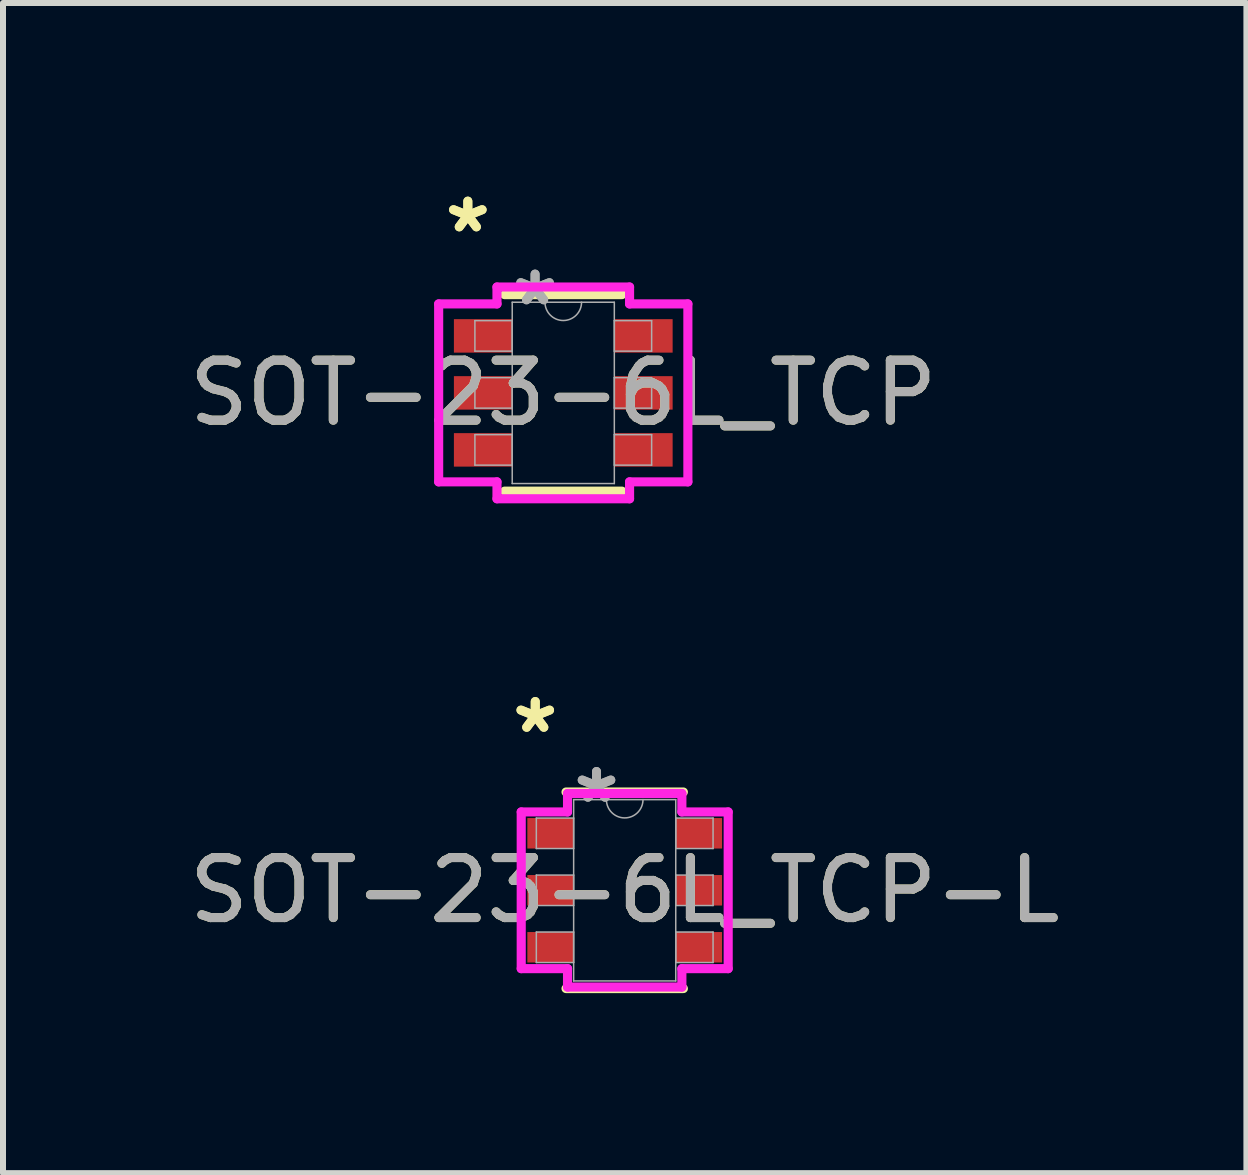
<source format=kicad_pcb>
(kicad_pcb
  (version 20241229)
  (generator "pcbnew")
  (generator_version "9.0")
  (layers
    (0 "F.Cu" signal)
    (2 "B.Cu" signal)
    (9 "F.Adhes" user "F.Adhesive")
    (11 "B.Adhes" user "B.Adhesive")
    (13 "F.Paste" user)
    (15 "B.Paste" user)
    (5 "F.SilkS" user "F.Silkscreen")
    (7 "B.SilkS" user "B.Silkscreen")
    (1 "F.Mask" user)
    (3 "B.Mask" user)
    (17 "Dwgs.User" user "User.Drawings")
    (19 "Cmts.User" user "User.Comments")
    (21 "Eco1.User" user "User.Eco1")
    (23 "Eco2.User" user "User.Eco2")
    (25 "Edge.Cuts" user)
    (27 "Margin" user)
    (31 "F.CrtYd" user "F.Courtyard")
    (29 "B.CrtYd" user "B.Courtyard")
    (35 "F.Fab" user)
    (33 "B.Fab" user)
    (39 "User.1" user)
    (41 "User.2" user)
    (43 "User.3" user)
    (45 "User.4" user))
  (footprint "SOT-23-6L_TCP"
    (layer "F.Cu")
    (at 6.339 3.499)
    (property "Reference" "SOT-23-6L_TCP" (at 0 0 0) (unlocked yes) (layer "F.SilkS") (effects (font (size 1 1) (thickness 0.15))))
    (attr smd)
    (fp_line (start -0.978 1.638) (end 0.978 1.638) (stroke (width 0.152) (type solid)) (layer "F.SilkS"))
    (fp_line (start 0.978 -1.638) (end -0.978 -1.638) (stroke (width 0.152) (type solid)) (layer "F.SilkS"))
    (fp_line (start -2.077 -1.483) (end -1.105 -1.483) (stroke (width 0.152) (type solid)) (layer "F.CrtYd"))
    (fp_line (start -2.077 1.483) (end -2.077 -1.483) (stroke (width 0.152) (type solid)) (layer "F.CrtYd"))
    (fp_line (start -2.077 1.483) (end -1.105 1.483) (stroke (width 0.152) (type solid)) (layer "F.CrtYd"))
    (fp_line (start -1.105 -1.765) (end 1.105 -1.765) (stroke (width 0.152) (type solid)) (layer "F.CrtYd"))
    (fp_line (start -1.105 -1.483) (end -1.105 -1.765) (stroke (width 0.152) (type solid)) (layer "F.CrtYd"))
    (fp_line (start -1.105 1.765) (end -1.105 1.483) (stroke (width 0.152) (type solid)) (layer "F.CrtYd"))
    (fp_line (start 1.105 -1.765) (end 1.105 -1.483) (stroke (width 0.152) (type solid)) (layer "F.CrtYd"))
    (fp_line (start 1.105 1.483) (end 1.105 1.765) (stroke (width 0.152) (type solid)) (layer "F.CrtYd"))
    (fp_line (start 1.105 1.765) (end -1.105 1.765) (stroke (width 0.152) (type solid)) (layer "F.CrtYd"))
    (fp_line (start 2.077 -1.483) (end 1.105 -1.483) (stroke (width 0.152) (type solid)) (layer "F.CrtYd"))
    (fp_line (start 2.077 -1.483) (end 2.077 1.483) (stroke (width 0.152) (type solid)) (layer "F.CrtYd"))
    (fp_line (start 2.077 1.483) (end 1.105 1.483) (stroke (width 0.152) (type solid)) (layer "F.CrtYd"))
    (fp_line (start -1.473 -1.204) (end -1.473 -0.696) (stroke (width 0.025) (type solid)) (layer "F.Fab"))
    (fp_line (start -1.473 -0.696) (end -0.851 -0.696) (stroke (width 0.025) (type solid)) (layer "F.Fab"))
    (fp_line (start -1.473 -0.254) (end -1.473 0.254) (stroke (width 0.025) (type solid)) (layer "F.Fab"))
    (fp_line (start -1.473 0.254) (end -0.851 0.254) (stroke (width 0.025) (type solid)) (layer "F.Fab"))
    (fp_line (start -1.473 0.696) (end -1.473 1.204) (stroke (width 0.025) (type solid)) (layer "F.Fab"))
    (fp_line (start -1.473 1.204) (end -0.851 1.204) (stroke (width 0.025) (type solid)) (layer "F.Fab"))
    (fp_line (start -0.851 -1.511) (end -0.851 1.511) (stroke (width 0.025) (type solid)) (layer "F.Fab"))
    (fp_line (start -0.851 -1.204) (end -1.473 -1.204) (stroke (width 0.025) (type solid)) (layer "F.Fab"))
    (fp_line (start -0.851 -0.696) (end -0.851 -1.204) (stroke (width 0.025) (type solid)) (layer "F.Fab"))
    (fp_line (start -0.851 -0.254) (end -1.473 -0.254) (stroke (width 0.025) (type solid)) (layer "F.Fab"))
    (fp_line (start -0.851 0.254) (end -0.851 -0.254) (stroke (width 0.025) (type solid)) (layer "F.Fab"))
    (fp_line (start -0.851 0.696) (end -1.473 0.696) (stroke (width 0.025) (type solid)) (layer "F.Fab"))
    (fp_line (start -0.851 1.204) (end -0.851 0.696) (stroke (width 0.025) (type solid)) (layer "F.Fab"))
    (fp_line (start -0.851 1.511) (end 0.851 1.511) (stroke (width 0.025) (type solid)) (layer "F.Fab"))
    (fp_line (start 0.851 -1.511) (end -0.851 -1.511) (stroke (width 0.025) (type solid)) (layer "F.Fab"))
    (fp_line (start 0.851 -1.204) (end 0.851 -0.696) (stroke (width 0.025) (type solid)) (layer "F.Fab"))
    (fp_line (start 0.851 -0.696) (end 1.473 -0.696) (stroke (width 0.025) (type solid)) (layer "F.Fab"))
    (fp_line (start 0.851 -0.254) (end 0.851 0.254) (stroke (width 0.025) (type solid)) (layer "F.Fab"))
    (fp_line (start 0.851 0.254) (end 1.473 0.254) (stroke (width 0.025) (type solid)) (layer "F.Fab"))
    (fp_line (start 0.851 0.696) (end 0.851 1.204) (stroke (width 0.025) (type solid)) (layer "F.Fab"))
    (fp_line (start 0.851 1.204) (end 1.473 1.204) (stroke (width 0.025) (type solid)) (layer "F.Fab"))
    (fp_line (start 0.851 1.511) (end 0.851 -1.511) (stroke (width 0.025) (type solid)) (layer "F.Fab"))
    (fp_line (start 1.473 -1.204) (end 0.851 -1.204) (stroke (width 0.025) (type solid)) (layer "F.Fab"))
    (fp_line (start 1.473 -0.696) (end 1.473 -1.204) (stroke (width 0.025) (type solid)) (layer "F.Fab"))
    (fp_line (start 1.473 -0.254) (end 0.851 -0.254) (stroke (width 0.025) (type solid)) (layer "F.Fab"))
    (fp_line (start 1.473 0.254) (end 1.473 -0.254) (stroke (width 0.025) (type solid)) (layer "F.Fab"))
    (fp_line (start 1.473 0.696) (end 0.851 0.696) (stroke (width 0.025) (type solid)) (layer "F.Fab"))
    (fp_line (start 1.473 1.204) (end 1.473 0.696) (stroke (width 0.025) (type solid)) (layer "F.Fab"))
    (fp_arc (start 0.3048 -1.5113) (mid 0 -1.2065) (end -0.3048 -1.5113) (stroke (width 0.0254) (type solid)) (layer "F.Fab"))
    (fp_text user "*" (at -1.591 -2.651 0) (layer "F.SilkS") (effects (font (size 1 1) (thickness 0.15))))
    (fp_text user "*" (at -1.591 -2.651 0) (unlocked yes) (layer "F.SilkS") (effects (font (size 1 1) (thickness 0.15))))
    (fp_text user "*" (at -0.47 -1.435 0) (layer "F.Fab") (effects (font (size 1 1) (thickness 0.15))))
    (fp_text user "*" (at -0.47 -1.435 0) (unlocked yes) (layer "F.Fab") (effects (font (size 1 1) (thickness 0.15))))
    (fp_text user "${REFERENCE}" (at 0 0 0) (unlocked yes) (layer "F.Fab") (effects (font (size 1 1) (thickness 0.15))))
    (pad "1" smd rect (at -1.337 -0.95) (size 0.972 0.558) (layers "F.Cu" "F.Mask" "F.Paste"))
    (pad "2" smd rect (at -1.337 0) (size 0.972 0.558) (layers "F.Cu" "F.Mask" "F.Paste"))
    (pad "3" smd rect (at -1.337 0.95) (size 0.972 0.558) (layers "F.Cu" "F.Mask" "F.Paste"))
    (pad "4" smd rect (at 1.337 0.95) (size 0.972 0.558) (layers "F.Cu" "F.Mask" "F.Paste"))
    (pad "5" smd rect (at 1.337 0) (size 0.972 0.558) (layers "F.Cu" "F.Mask" "F.Paste"))
    (pad "6" smd rect (at 1.337 -0.95) (size 0.972 0.558) (layers "F.Cu" "F.Mask" "F.Paste")))
  (footprint "SOT-23-6L_TCP-L"
    (layer "F.Cu")
    (at 7.363 11.79)
    (property "Reference" "SOT-23-6L_TCP-L" (at 0 0 0) (unlocked yes) (layer "F.SilkS") (effects (font (size 1 1) (thickness 0.15))))
    (attr smd)
    (fp_line (start -0.978 1.638) (end 0.978 1.638) (stroke (width 0.152) (type solid)) (layer "F.SilkS"))
    (fp_line (start 0.978 -1.638) (end -0.978 -1.638) (stroke (width 0.152) (type solid)) (layer "F.SilkS"))
    (fp_line (start -1.725 -1.306) (end -0.953 -1.306) (stroke (width 0.152) (type solid)) (layer "F.CrtYd"))
    (fp_line (start -1.725 1.306) (end -1.725 -1.306) (stroke (width 0.152) (type solid)) (layer "F.CrtYd"))
    (fp_line (start -1.725 1.306) (end -0.953 1.306) (stroke (width 0.152) (type solid)) (layer "F.CrtYd"))
    (fp_line (start -0.953 -1.613) (end 0.953 -1.613) (stroke (width 0.152) (type solid)) (layer "F.CrtYd"))
    (fp_line (start -0.953 -1.306) (end -0.953 -1.613) (stroke (width 0.152) (type solid)) (layer "F.CrtYd"))
    (fp_line (start -0.953 1.613) (end -0.953 1.306) (stroke (width 0.152) (type solid)) (layer "F.CrtYd"))
    (fp_line (start 0.953 -1.613) (end 0.953 -1.306) (stroke (width 0.152) (type solid)) (layer "F.CrtYd"))
    (fp_line (start 0.953 1.306) (end 0.953 1.613) (stroke (width 0.152) (type solid)) (layer "F.CrtYd"))
    (fp_line (start 0.953 1.613) (end -0.953 1.613) (stroke (width 0.152) (type solid)) (layer "F.CrtYd"))
    (fp_line (start 1.725 -1.306) (end 0.953 -1.306) (stroke (width 0.152) (type solid)) (layer "F.CrtYd"))
    (fp_line (start 1.725 -1.306) (end 1.725 1.306) (stroke (width 0.152) (type solid)) (layer "F.CrtYd"))
    (fp_line (start 1.725 1.306) (end 0.953 1.306) (stroke (width 0.152) (type solid)) (layer "F.CrtYd"))
    (fp_line (start -1.473 -1.204) (end -1.473 -0.696) (stroke (width 0.025) (type solid)) (layer "F.Fab"))
    (fp_line (start -1.473 -0.696) (end -0.851 -0.696) (stroke (width 0.025) (type solid)) (layer "F.Fab"))
    (fp_line (start -1.473 -0.254) (end -1.473 0.254) (stroke (width 0.025) (type solid)) (layer "F.Fab"))
    (fp_line (start -1.473 0.254) (end -0.851 0.254) (stroke (width 0.025) (type solid)) (layer "F.Fab"))
    (fp_line (start -1.473 0.696) (end -1.473 1.204) (stroke (width 0.025) (type solid)) (layer "F.Fab"))
    (fp_line (start -1.473 1.204) (end -0.851 1.204) (stroke (width 0.025) (type solid)) (layer "F.Fab"))
    (fp_line (start -0.851 -1.511) (end -0.851 1.511) (stroke (width 0.025) (type solid)) (layer "F.Fab"))
    (fp_line (start -0.851 -1.204) (end -1.473 -1.204) (stroke (width 0.025) (type solid)) (layer "F.Fab"))
    (fp_line (start -0.851 -0.696) (end -0.851 -1.204) (stroke (width 0.025) (type solid)) (layer "F.Fab"))
    (fp_line (start -0.851 -0.254) (end -1.473 -0.254) (stroke (width 0.025) (type solid)) (layer "F.Fab"))
    (fp_line (start -0.851 0.254) (end -0.851 -0.254) (stroke (width 0.025) (type solid)) (layer "F.Fab"))
    (fp_line (start -0.851 0.696) (end -1.473 0.696) (stroke (width 0.025) (type solid)) (layer "F.Fab"))
    (fp_line (start -0.851 1.204) (end -0.851 0.696) (stroke (width 0.025) (type solid)) (layer "F.Fab"))
    (fp_line (start -0.851 1.511) (end 0.851 1.511) (stroke (width 0.025) (type solid)) (layer "F.Fab"))
    (fp_line (start 0.851 -1.511) (end -0.851 -1.511) (stroke (width 0.025) (type solid)) (layer "F.Fab"))
    (fp_line (start 0.851 -1.204) (end 0.851 -0.696) (stroke (width 0.025) (type solid)) (layer "F.Fab"))
    (fp_line (start 0.851 -0.696) (end 1.473 -0.696) (stroke (width 0.025) (type solid)) (layer "F.Fab"))
    (fp_line (start 0.851 -0.254) (end 0.851 0.254) (stroke (width 0.025) (type solid)) (layer "F.Fab"))
    (fp_line (start 0.851 0.254) (end 1.473 0.254) (stroke (width 0.025) (type solid)) (layer "F.Fab"))
    (fp_line (start 0.851 0.696) (end 0.851 1.204) (stroke (width 0.025) (type solid)) (layer "F.Fab"))
    (fp_line (start 0.851 1.204) (end 1.473 1.204) (stroke (width 0.025) (type solid)) (layer "F.Fab"))
    (fp_line (start 0.851 1.511) (end 0.851 -1.511) (stroke (width 0.025) (type solid)) (layer "F.Fab"))
    (fp_line (start 1.473 -1.204) (end 0.851 -1.204) (stroke (width 0.025) (type solid)) (layer "F.Fab"))
    (fp_line (start 1.473 -0.696) (end 1.473 -1.204) (stroke (width 0.025) (type solid)) (layer "F.Fab"))
    (fp_line (start 1.473 -0.254) (end 0.851 -0.254) (stroke (width 0.025) (type solid)) (layer "F.Fab"))
    (fp_line (start 1.473 0.254) (end 1.473 -0.254) (stroke (width 0.025) (type solid)) (layer "F.Fab"))
    (fp_line (start 1.473 0.696) (end 0.851 0.696) (stroke (width 0.025) (type solid)) (layer "F.Fab"))
    (fp_line (start 1.473 1.204) (end 1.473 0.696) (stroke (width 0.025) (type solid)) (layer "F.Fab"))
    (fp_arc (start 0.3048 -1.5113) (mid 0 -1.2065) (end -0.3048 -1.5113) (stroke (width 0.0254) (type solid)) (layer "F.Fab"))
    (fp_text user "*" (at -1.491 -2.601 0) (unlocked yes) (layer "F.SilkS") (effects (font (size 1 1) (thickness 0.15))))
    (fp_text user "*" (at -1.491 -2.601 0) (layer "F.SilkS") (effects (font (size 1 1) (thickness 0.15))))
    (fp_text user "*" (at -0.47 -1.435 0) (layer "F.Fab") (effects (font (size 1 1) (thickness 0.15))))
    (fp_text user "*" (at -0.47 -1.435 0) (unlocked yes) (layer "F.Fab") (effects (font (size 1 1) (thickness 0.15))))
    (fp_text user "${REFERENCE}" (at 0 0 0) (unlocked yes) (layer "F.Fab") (effects (font (size 1 1) (thickness 0.15))))
    (pad "1" smd rect (at -1.237 -0.95) (size 0.772 0.508) (layers "F.Cu" "F.Mask" "F.Paste"))
    (pad "2" smd rect (at -1.237 0) (size 0.772 0.508) (layers "F.Cu" "F.Mask" "F.Paste"))
    (pad "3" smd rect (at -1.237 0.95) (size 0.772 0.508) (layers "F.Cu" "F.Mask" "F.Paste"))
    (pad "4" smd rect (at 1.237 0.95) (size 0.772 0.508) (layers "F.Cu" "F.Mask" "F.Paste"))
    (pad "5" smd rect (at 1.237 0) (size 0.772 0.508) (layers "F.Cu" "F.Mask" "F.Paste"))
    (pad "6" smd rect (at 1.237 -0.95) (size 0.772 0.508) (layers "F.Cu" "F.Mask" "F.Paste")))
  (gr_rect
    (start -3 -3)
    (end 17.726 16.505)
    (stroke (width 0.1) (type default))
    (fill no)
    (layer "Edge.Cuts")))
</source>
